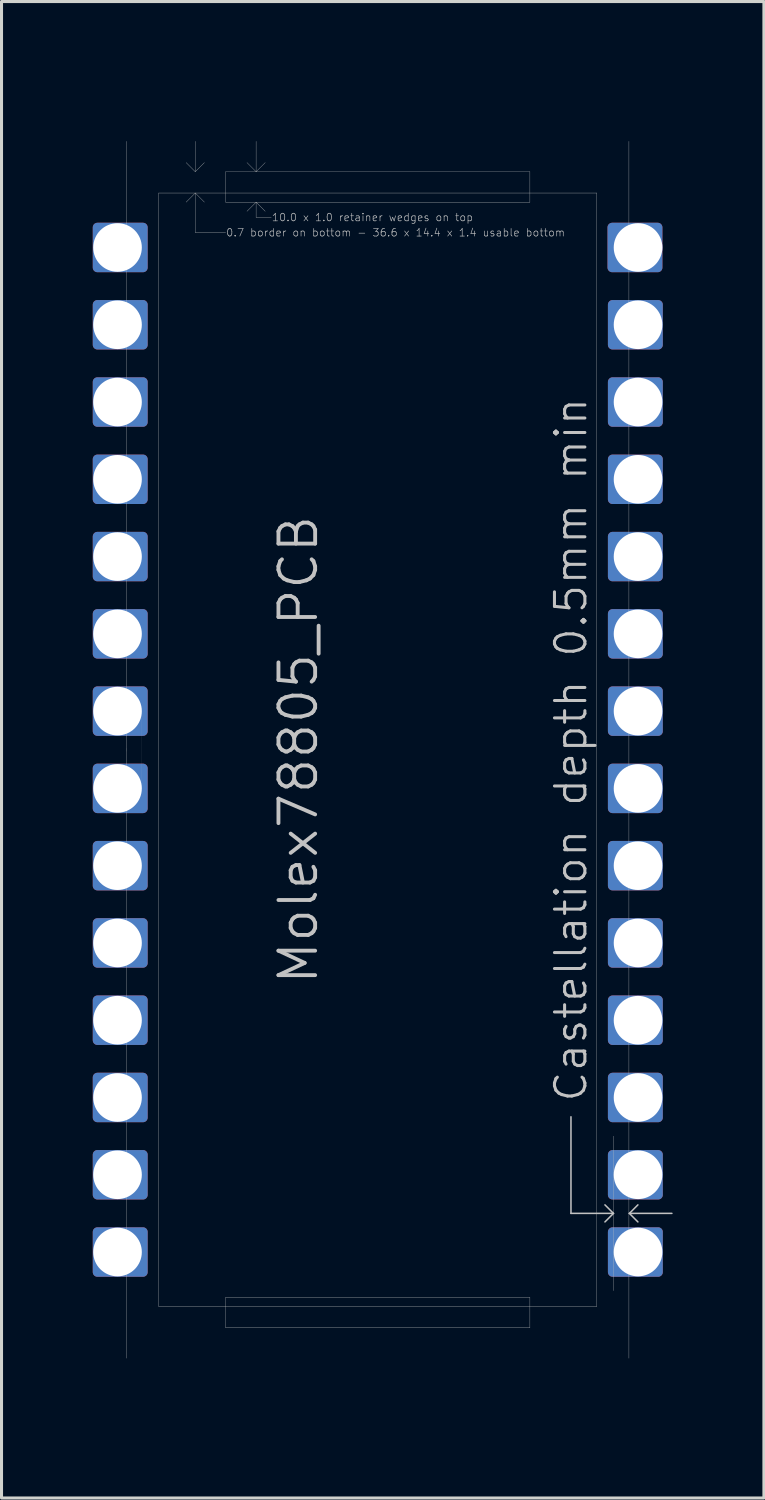
<source format=kicad_pcb>
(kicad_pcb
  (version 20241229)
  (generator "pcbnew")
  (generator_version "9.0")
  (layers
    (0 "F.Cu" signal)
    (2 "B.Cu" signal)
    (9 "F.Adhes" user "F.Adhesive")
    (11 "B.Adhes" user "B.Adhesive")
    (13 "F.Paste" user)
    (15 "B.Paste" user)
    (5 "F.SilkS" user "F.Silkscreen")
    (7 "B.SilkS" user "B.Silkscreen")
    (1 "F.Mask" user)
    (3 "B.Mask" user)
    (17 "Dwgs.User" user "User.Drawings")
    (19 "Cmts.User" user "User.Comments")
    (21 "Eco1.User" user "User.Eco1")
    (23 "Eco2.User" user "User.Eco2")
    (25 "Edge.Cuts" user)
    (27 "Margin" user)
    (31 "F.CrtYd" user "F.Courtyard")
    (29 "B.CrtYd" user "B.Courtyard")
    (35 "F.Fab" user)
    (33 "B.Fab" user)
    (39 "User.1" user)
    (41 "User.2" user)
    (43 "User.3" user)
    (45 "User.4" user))
  (footprint "Molex78805_PCB"
    (layer "F.Cu")
    (at 9.368 21.595)
    (property "Reference" "Molex78805_PCB" (at -1.905 0 270) (layer "Dwgs.User") (effects (font (size 1.206 1.206) (thickness 0.127)) (justify bottom)))
    (attr exclude_from_pos_files exclude_from_bom)
    (fp_poly (pts (xy -7.717 -15.85) (xy -9.216 -15.85) (xy -9.216 -17.17) (xy -7.717 -17.17)) (stroke (width 0.305) (type solid)) (fill yes) (layer "F.Cu"))
    (fp_poly (pts (xy -7.717 -13.31) (xy -9.216 -13.31) (xy -9.216 -14.63) (xy -7.717 -14.63)) (stroke (width 0.305) (type solid)) (fill yes) (layer "F.Cu"))
    (fp_poly (pts (xy -7.717 -10.77) (xy -9.216 -10.77) (xy -9.216 -12.09) (xy -7.717 -12.09)) (stroke (width 0.305) (type solid)) (fill yes) (layer "F.Cu"))
    (fp_poly (pts (xy -7.717 -8.23) (xy -9.216 -8.23) (xy -9.216 -9.55) (xy -7.717 -9.55)) (stroke (width 0.305) (type solid)) (fill yes) (layer "F.Cu"))
    (fp_poly (pts (xy -7.717 -5.69) (xy -9.216 -5.69) (xy -9.216 -7.01) (xy -7.717 -7.01)) (stroke (width 0.305) (type solid)) (fill yes) (layer "F.Cu"))
    (fp_poly (pts (xy -7.717 -3.15) (xy -9.216 -3.15) (xy -9.216 -4.47) (xy -7.717 -4.47)) (stroke (width 0.305) (type solid)) (fill yes) (layer "F.Cu"))
    (fp_poly (pts (xy -7.717 -0.61) (xy -9.216 -0.61) (xy -9.216 -1.93) (xy -7.717 -1.93)) (stroke (width 0.305) (type solid)) (fill yes) (layer "F.Cu"))
    (fp_poly (pts (xy -7.717 1.93) (xy -9.216 1.93) (xy -9.216 0.61) (xy -7.717 0.61)) (stroke (width 0.305) (type solid)) (fill yes) (layer "F.Cu"))
    (fp_poly (pts (xy -7.717 4.47) (xy -9.216 4.47) (xy -9.216 3.15) (xy -7.717 3.15)) (stroke (width 0.305) (type solid)) (fill yes) (layer "F.Cu"))
    (fp_poly (pts (xy -7.717 7.01) (xy -9.216 7.01) (xy -9.216 5.69) (xy -7.717 5.69)) (stroke (width 0.305) (type solid)) (fill yes) (layer "F.Cu"))
    (fp_poly (pts (xy -7.717 9.55) (xy -9.216 9.55) (xy -9.216 8.23) (xy -7.717 8.23)) (stroke (width 0.305) (type solid)) (fill yes) (layer "F.Cu"))
    (fp_poly (pts (xy -7.717 12.09) (xy -9.216 12.09) (xy -9.216 10.77) (xy -7.717 10.77)) (stroke (width 0.305) (type solid)) (fill yes) (layer "F.Cu"))
    (fp_poly (pts (xy -7.717 14.63) (xy -9.216 14.63) (xy -9.216 13.31) (xy -7.717 13.31)) (stroke (width 0.305) (type solid)) (fill yes) (layer "F.Cu"))
    (fp_poly (pts (xy -7.717 17.17) (xy -9.216 17.17) (xy -9.216 15.85) (xy -7.717 15.85)) (stroke (width 0.305) (type solid)) (fill yes) (layer "F.Cu"))
    (fp_poly (pts (xy 9.203 -15.85) (xy 7.704 -15.85) (xy 7.704 -17.17) (xy 9.203 -17.17)) (stroke (width 0.305) (type solid)) (fill yes) (layer "F.Cu"))
    (fp_poly (pts (xy 9.216 -13.31) (xy 7.717 -13.31) (xy 7.717 -14.63) (xy 9.216 -14.63)) (stroke (width 0.305) (type solid)) (fill yes) (layer "F.Cu"))
    (fp_poly (pts (xy 9.216 -10.77) (xy 7.717 -10.77) (xy 7.717 -12.09) (xy 9.216 -12.09)) (stroke (width 0.305) (type solid)) (fill yes) (layer "F.Cu"))
    (fp_poly (pts (xy 9.216 -8.23) (xy 7.717 -8.23) (xy 7.717 -9.55) (xy 9.216 -9.55)) (stroke (width 0.305) (type solid)) (fill yes) (layer "F.Cu"))
    (fp_poly (pts (xy 9.216 -5.69) (xy 7.717 -5.69) (xy 7.717 -7.01) (xy 9.216 -7.01)) (stroke (width 0.305) (type solid)) (fill yes) (layer "F.Cu"))
    (fp_poly (pts (xy 9.216 -3.15) (xy 7.717 -3.15) (xy 7.717 -4.47) (xy 9.216 -4.47)) (stroke (width 0.305) (type solid)) (fill yes) (layer "F.Cu"))
    (fp_poly (pts (xy 9.216 -0.61) (xy 7.717 -0.61) (xy 7.717 -1.93) (xy 9.216 -1.93)) (stroke (width 0.305) (type solid)) (fill yes) (layer "F.Cu"))
    (fp_poly (pts (xy 9.216 1.93) (xy 7.717 1.93) (xy 7.717 0.61) (xy 9.216 0.61)) (stroke (width 0.305) (type solid)) (fill yes) (layer "F.Cu"))
    (fp_poly (pts (xy 9.216 4.47) (xy 7.717 4.47) (xy 7.717 3.15) (xy 9.216 3.15)) (stroke (width 0.305) (type solid)) (fill yes) (layer "F.Cu"))
    (fp_poly (pts (xy 9.216 7.01) (xy 7.717 7.01) (xy 7.717 5.69) (xy 9.216 5.69)) (stroke (width 0.305) (type solid)) (fill yes) (layer "F.Cu"))
    (fp_poly (pts (xy 9.216 9.55) (xy 7.717 9.55) (xy 7.717 8.23) (xy 9.216 8.23)) (stroke (width 0.305) (type solid)) (fill yes) (layer "F.Cu"))
    (fp_poly (pts (xy 9.216 12.09) (xy 7.717 12.09) (xy 7.717 10.77) (xy 9.216 10.77)) (stroke (width 0.305) (type solid)) (fill yes) (layer "F.Cu"))
    (fp_poly (pts (xy 9.216 14.63) (xy 7.717 14.63) (xy 7.717 13.31) (xy 9.216 13.31)) (stroke (width 0.305) (type solid)) (fill yes) (layer "F.Cu"))
    (fp_poly (pts (xy 9.216 17.17) (xy 7.717 17.17) (xy 7.717 15.85) (xy 9.216 15.85)) (stroke (width 0.305) (type solid)) (fill yes) (layer "F.Cu"))
    (fp_poly (pts (xy -7.717 -15.85) (xy -9.216 -15.85) (xy -9.216 -17.17) (xy -7.717 -17.17)) (stroke (width 0.305) (type solid)) (fill yes) (layer "B.Cu"))
    (fp_poly (pts (xy -7.717 -14.63) (xy -9.216 -14.63) (xy -9.216 -13.31) (xy -7.717 -13.31)) (stroke (width 0.305) (type solid)) (fill yes) (layer "B.Cu"))
    (fp_poly (pts (xy -7.717 -12.09) (xy -9.216 -12.09) (xy -9.216 -10.77) (xy -7.717 -10.77)) (stroke (width 0.305) (type solid)) (fill yes) (layer "B.Cu"))
    (fp_poly (pts (xy -7.717 -9.55) (xy -9.216 -9.55) (xy -9.216 -8.23) (xy -7.717 -8.23)) (stroke (width 0.305) (type solid)) (fill yes) (layer "B.Cu"))
    (fp_poly (pts (xy -7.717 -7.01) (xy -9.216 -7.01) (xy -9.216 -5.69) (xy -7.717 -5.69)) (stroke (width 0.305) (type solid)) (fill yes) (layer "B.Cu"))
    (fp_poly (pts (xy -7.717 -4.47) (xy -9.216 -4.47) (xy -9.216 -3.15) (xy -7.717 -3.15)) (stroke (width 0.305) (type solid)) (fill yes) (layer "B.Cu"))
    (fp_poly (pts (xy -7.717 -1.93) (xy -9.216 -1.93) (xy -9.216 -0.61) (xy -7.717 -0.61)) (stroke (width 0.305) (type solid)) (fill yes) (layer "B.Cu"))
    (fp_poly (pts (xy -7.717 0.61) (xy -9.216 0.61) (xy -9.216 1.93) (xy -7.717 1.93)) (stroke (width 0.305) (type solid)) (fill yes) (layer "B.Cu"))
    (fp_poly (pts (xy -7.717 3.15) (xy -9.216 3.15) (xy -9.216 4.47) (xy -7.717 4.47)) (stroke (width 0.305) (type solid)) (fill yes) (layer "B.Cu"))
    (fp_poly (pts (xy -7.717 5.69) (xy -9.216 5.69) (xy -9.216 7.01) (xy -7.717 7.01)) (stroke (width 0.305) (type solid)) (fill yes) (layer "B.Cu"))
    (fp_poly (pts (xy -7.717 8.23) (xy -9.216 8.23) (xy -9.216 9.55) (xy -7.717 9.55)) (stroke (width 0.305) (type solid)) (fill yes) (layer "B.Cu"))
    (fp_poly (pts (xy -7.717 10.77) (xy -9.216 10.77) (xy -9.216 12.09) (xy -7.717 12.09)) (stroke (width 0.305) (type solid)) (fill yes) (layer "B.Cu"))
    (fp_poly (pts (xy -7.717 13.31) (xy -9.216 13.31) (xy -9.216 14.63) (xy -7.717 14.63)) (stroke (width 0.305) (type solid)) (fill yes) (layer "B.Cu"))
    (fp_poly (pts (xy -7.717 15.85) (xy -9.216 15.85) (xy -9.216 17.17) (xy -7.717 17.17)) (stroke (width 0.305) (type solid)) (fill yes) (layer "B.Cu"))
    (fp_poly (pts (xy 9.203 -15.85) (xy 7.704 -15.85) (xy 7.704 -17.17) (xy 9.203 -17.17)) (stroke (width 0.305) (type solid)) (fill yes) (layer "B.Cu"))
    (fp_poly (pts (xy 9.216 -14.63) (xy 7.717 -14.63) (xy 7.717 -13.31) (xy 9.216 -13.31)) (stroke (width 0.305) (type solid)) (fill yes) (layer "B.Cu"))
    (fp_poly (pts (xy 9.216 -12.09) (xy 7.717 -12.09) (xy 7.717 -10.77) (xy 9.216 -10.77)) (stroke (width 0.305) (type solid)) (fill yes) (layer "B.Cu"))
    (fp_poly (pts (xy 9.216 -9.55) (xy 7.717 -9.55) (xy 7.717 -8.23) (xy 9.216 -8.23)) (stroke (width 0.305) (type solid)) (fill yes) (layer "B.Cu"))
    (fp_poly (pts (xy 9.216 -7.01) (xy 7.717 -7.01) (xy 7.717 -5.69) (xy 9.216 -5.69)) (stroke (width 0.305) (type solid)) (fill yes) (layer "B.Cu"))
    (fp_poly (pts (xy 9.216 -4.47) (xy 7.717 -4.47) (xy 7.717 -3.15) (xy 9.216 -3.15)) (stroke (width 0.305) (type solid)) (fill yes) (layer "B.Cu"))
    (fp_poly (pts (xy 9.216 -1.93) (xy 7.717 -1.93) (xy 7.717 -0.61) (xy 9.216 -0.61)) (stroke (width 0.305) (type solid)) (fill yes) (layer "B.Cu"))
    (fp_poly (pts (xy 9.216 0.61) (xy 7.717 0.61) (xy 7.717 1.93) (xy 9.216 1.93)) (stroke (width 0.305) (type solid)) (fill yes) (layer "B.Cu"))
    (fp_poly (pts (xy 9.216 3.15) (xy 7.717 3.15) (xy 7.717 4.47) (xy 9.216 4.47)) (stroke (width 0.305) (type solid)) (fill yes) (layer "B.Cu"))
    (fp_poly (pts (xy 9.216 5.69) (xy 7.717 5.69) (xy 7.717 7.01) (xy 9.216 7.01)) (stroke (width 0.305) (type solid)) (fill yes) (layer "B.Cu"))
    (fp_poly (pts (xy 9.216 8.23) (xy 7.717 8.23) (xy 7.717 9.55) (xy 9.216 9.55)) (stroke (width 0.305) (type solid)) (fill yes) (layer "B.Cu"))
    (fp_poly (pts (xy 9.216 10.77) (xy 7.717 10.77) (xy 7.717 12.09) (xy 9.216 12.09)) (stroke (width 0.305) (type solid)) (fill yes) (layer "B.Cu"))
    (fp_poly (pts (xy 9.216 13.31) (xy 7.717 13.31) (xy 7.717 14.63) (xy 9.216 14.63)) (stroke (width 0.305) (type solid)) (fill yes) (layer "B.Cu"))
    (fp_poly (pts (xy 9.216 15.85) (xy 7.717 15.85) (xy 7.717 17.17) (xy 9.216 17.17)) (stroke (width 0.305) (type solid)) (fill yes) (layer "B.Cu"))
    (fp_line (start -8.255 -20) (end -8.255 20) (stroke (width 0.01) (type solid)) (layer "Dwgs.User"))
    (fp_line (start -8.255 0.051) (end -8.255 -0.051) (stroke (width 0.002) (type solid)) (layer "Dwgs.User"))
    (fp_line (start -7.757 -1.27) (end -7.757 1.27) (stroke (width 0.002) (type solid)) (layer "Dwgs.User"))
    (fp_line (start -7.506 16.485) (end -7.506 16.535) (stroke (width 0.001) (type solid)) (layer "Dwgs.User"))
    (fp_line (start -7.2 -18.3) (end -7.2 18.3) (stroke (width 0.01) (type solid)) (layer "Dwgs.User"))
    (fp_line (start -7.2 -18.3) (end 7.2 -18.3) (stroke (width 0.01) (type solid)) (layer "Dwgs.User"))
    (fp_line (start -7.2 18.3) (end 7.2 18.3) (stroke (width 0.01) (type solid)) (layer "Dwgs.User"))
    (fp_line (start -6 -19) (end -6.3 -19.3) (stroke (width 0.01) (type solid)) (layer "Dwgs.User"))
    (fp_line (start -6 -19) (end -6 -20) (stroke (width 0.01) (type solid)) (layer "Dwgs.User"))
    (fp_line (start -6 -19) (end -5.7 -19.3) (stroke (width 0.01) (type solid)) (layer "Dwgs.User"))
    (fp_line (start -6 -18.3) (end -6.3 -18) (stroke (width 0.01) (type solid)) (layer "Dwgs.User"))
    (fp_line (start -6 -18.3) (end -6 -17) (stroke (width 0.01) (type solid)) (layer "Dwgs.User"))
    (fp_line (start -6 -18.3) (end -5.7 -18) (stroke (width 0.01) (type solid)) (layer "Dwgs.User"))
    (fp_line (start -6 -17) (end -5 -17) (stroke (width 0.01) (type solid)) (layer "Dwgs.User"))
    (fp_line (start -5 -19) (end -5 -18) (stroke (width 0.01) (type solid)) (layer "Dwgs.User"))
    (fp_line (start -5 -18) (end 5 -18) (stroke (width 0.01) (type solid)) (layer "Dwgs.User"))
    (fp_line (start -5 18) (end -5 19) (stroke (width 0.01) (type solid)) (layer "Dwgs.User"))
    (fp_line (start -5 18) (end 5 18) (stroke (width 0.01) (type solid)) (layer "Dwgs.User"))
    (fp_line (start -5 19) (end 5 19) (stroke (width 0.01) (type solid)) (layer "Dwgs.User"))
    (fp_line (start -4 -19) (end -4.3 -19.3) (stroke (width 0.01) (type solid)) (layer "Dwgs.User"))
    (fp_line (start -4 -19) (end -4 -20) (stroke (width 0.01) (type solid)) (layer "Dwgs.User"))
    (fp_line (start -4 -19) (end -3.7 -19.3) (stroke (width 0.01) (type solid)) (layer "Dwgs.User"))
    (fp_line (start -4 -18) (end -4.3 -17.7) (stroke (width 0.01) (type solid)) (layer "Dwgs.User"))
    (fp_line (start -4 -18) (end -4 -17.5) (stroke (width 0.01) (type solid)) (layer "Dwgs.User"))
    (fp_line (start -4 -18) (end -3.7 -17.7) (stroke (width 0.01) (type solid)) (layer "Dwgs.User"))
    (fp_line (start -4 -17.5) (end -3.5 -17.5) (stroke (width 0.01) (type solid)) (layer "Dwgs.User"))
    (fp_line (start 5 -19) (end -5 -19) (stroke (width 0.01) (type solid)) (layer "Dwgs.User"))
    (fp_line (start 5 -18) (end 5 -19) (stroke (width 0.01) (type solid)) (layer "Dwgs.User"))
    (fp_line (start 5 19) (end 5 18) (stroke (width 0.01) (type solid)) (layer "Dwgs.User"))
    (fp_line (start 6.35 12.065) (end 6.35 15.24) (stroke (width 0.05) (type solid)) (layer "Dwgs.User"))
    (fp_line (start 6.35 15.24) (end 7.747 15.24) (stroke (width 0.05) (type solid)) (layer "Dwgs.User"))
    (fp_line (start 7.2 -18.3) (end 7.2 18.3) (stroke (width 0.01) (type solid)) (layer "Dwgs.User"))
    (fp_line (start 7.467 14.96) (end 7.747 15.24) (stroke (width 0.05) (type solid)) (layer "Dwgs.User"))
    (fp_line (start 7.747 15.24) (end 7.467 15.52) (stroke (width 0.05) (type solid)) (layer "Dwgs.User"))
    (fp_line (start 7.757 17.78) (end 7.757 12.7) (stroke (width 0.01) (type solid)) (layer "Dwgs.User"))
    (fp_line (start 8.255 -20) (end 8.255 20) (stroke (width 0.01) (type solid)) (layer "Dwgs.User"))
    (fp_line (start 8.27 15.24) (end 8.55 15.52) (stroke (width 0.05) (type solid)) (layer "Dwgs.User"))
    (fp_line (start 8.27 15.24) (end 9.667 15.24) (stroke (width 0.05) (type solid)) (layer "Dwgs.User"))
    (fp_line (start 8.55 14.96) (end 8.27 15.24) (stroke (width 0.05) (type solid)) (layer "Dwgs.User"))
    (fp_line (start -8.26 -19.05) (end -0.762 -19.05) (stroke (width 0.01) (type solid)) (layer "Eco1.User"))
    (fp_line (start -8.26 19.05) (end -8.26 -19.05) (stroke (width 0.01) (type solid)) (layer "Eco1.User"))
    (fp_line (start -8.26 19.05) (end -4.559 19.05) (stroke (width 0.01) (type solid)) (layer "Eco1.User"))
    (fp_line (start -4.559 19.05) (end -4.559 21.59) (stroke (width 0.01) (type solid)) (layer "Eco1.User"))
    (fp_line (start -4.559 21.59) (end -3.035 21.59) (stroke (width 0.01) (type solid)) (layer "Eco1.User"))
    (fp_line (start -3.035 21.59) (end -3.035 19.05) (stroke (width 0.01) (type solid)) (layer "Eco1.User"))
    (fp_line (start -0.762 -21.59) (end 0.762 -21.59) (stroke (width 0.01) (type solid)) (layer "Eco1.User"))
    (fp_line (start -0.762 -19.05) (end -0.762 -21.59) (stroke (width 0.01) (type solid)) (layer "Eco1.User"))
    (fp_line (start 0.762 -21.59) (end 0.762 -19.05) (stroke (width 0.01) (type solid)) (layer "Eco1.User"))
    (fp_line (start 0.762 -19.05) (end 8.26 -19.05) (stroke (width 0.01) (type solid)) (layer "Eco1.User"))
    (fp_line (start 3.035 19.05) (end -3.035 19.05) (stroke (width 0.01) (type solid)) (layer "Eco1.User"))
    (fp_line (start 3.035 21.59) (end 3.035 19.05) (stroke (width 0.01) (type solid)) (layer "Eco1.User"))
    (fp_line (start 4.559 19.05) (end 4.559 21.59) (stroke (width 0.01) (type solid)) (layer "Eco1.User"))
    (fp_line (start 4.559 19.05) (end 8.26 19.05) (stroke (width 0.01) (type solid)) (layer "Eco1.User"))
    (fp_line (start 4.559 21.59) (end 3.035 21.59) (stroke (width 0.01) (type solid)) (layer "Eco1.User"))
    (fp_line (start 8.26 19.05) (end 8.26 -19.05) (stroke (width 0.01) (type solid)) (layer "Eco1.User"))
    (fp_line (start -8.26 17.49) (end -8.26 -16.94) (stroke (width 0.01) (type solid)) (layer "Eco2.User"))
    (fp_line (start -8 17.75) (end -8.26 17.49) (stroke (width 0.01) (type solid)) (layer "Eco2.User"))
    (fp_line (start -8 19) (end -8 17.75) (stroke (width 0.01) (type solid)) (layer "Eco2.User"))
    (fp_line (start -8 19) (end 8 19) (stroke (width 0.01) (type solid)) (layer "Eco2.User"))
    (fp_line (start -6.2 -19) (end -8.26 -16.94) (stroke (width 0.01) (type solid)) (layer "Eco2.User"))
    (fp_line (start 8 -19) (end -6.2 -19) (stroke (width 0.01) (type solid)) (layer "Eco2.User"))
    (fp_line (start 8 -17.75) (end 8 -19) (stroke (width 0.01) (type solid)) (layer "Eco2.User"))
    (fp_line (start 8 17.75) (end 8.26 17.49) (stroke (width 0.01) (type solid)) (layer "Eco2.User"))
    (fp_line (start 8 19) (end 8 17.75) (stroke (width 0.01) (type solid)) (layer "Eco2.User"))
    (fp_line (start 8.26 -17.49) (end 8 -17.75) (stroke (width 0.01) (type solid)) (layer "Eco2.User"))
    (fp_line (start 8.26 17.49) (end 8.26 -17.49) (stroke (width 0.01) (type solid)) (layer "Eco2.User"))
    (fp_text user "Castellation depth 0.5mm min" (at 6.35 0 270) (layer "Dwgs.User") (effects (font (size 1 1) (thickness 0.1))))
    (fp_text user "0.7 border on bottom - 36.6 x 14.4 x 1.4 usable bottom" (at -5 -17 0) (layer "Dwgs.User") (effects (font (size 0.25 0.25) (thickness 0.02)) (justify left)))
    (fp_text user "10.0 x 1.0 retainer wedges on top" (at -3.5 -17.5 0) (layer "Dwgs.User") (effects (font (size 0.25 0.25) (thickness 0.02)) (justify left)))
    (fp_text user "Eco1.User is Edge.Cuts for use without carrier." (at -4.445 0 270) (layer "Eco1.User") (effects (font (size 0.8 0.8) (thickness 0.05))))
    (fp_text user "Board outline: 0.01mm grid, copy Eco2.User" (at -6 0 270) (layer "Eco2.User") (effects (font (size 1 1) (thickness 0.1))))
    (pad "1" thru_hole circle (at -8.555 -16.51) (size 1.6 1.6) (drill 1.598) (layers "*.Cu" "*.Mask"))
    (pad "2" thru_hole circle (at -8.555 -13.97) (size 1.6 1.6) (drill 1.598) (layers "*.Cu" "*.Mask"))
    (pad "3" thru_hole circle (at -8.555 -11.43) (size 1.6 1.6) (drill 1.598) (layers "*.Cu" "*.Mask"))
    (pad "4" thru_hole circle (at -8.555 -8.89) (size 1.6 1.6) (drill 1.598) (layers "*.Cu" "*.Mask"))
    (pad "5" thru_hole circle (at -8.555 -6.35) (size 1.6 1.6) (drill 1.598) (layers "*.Cu" "*.Mask"))
    (pad "6" thru_hole circle (at -8.555 -3.81) (size 1.6 1.6) (drill 1.598) (layers "*.Cu" "*.Mask"))
    (pad "7" thru_hole circle (at -8.555 -1.27) (size 1.6 1.6) (drill 1.598) (layers "*.Cu" "*.Mask"))
    (pad "8" thru_hole circle (at -8.555 1.27) (size 1.6 1.6) (drill 1.598) (layers "*.Cu" "*.Mask"))
    (pad "9" thru_hole circle (at -8.555 3.81) (size 1.6 1.6) (drill 1.598) (layers "*.Cu" "*.Mask"))
    (pad "10" thru_hole circle (at -8.555 6.35) (size 1.6 1.6) (drill 1.598) (layers "*.Cu" "*.Mask"))
    (pad "11" thru_hole circle (at -8.555 8.89) (size 1.6 1.6) (drill 1.598) (layers "*.Cu" "*.Mask"))
    (pad "12" thru_hole circle (at -8.555 11.43) (size 1.6 1.6) (drill 1.598) (layers "*.Cu" "*.Mask"))
    (pad "13" thru_hole circle (at -8.555 13.97) (size 1.6 1.6) (drill 1.598) (layers "*.Cu" "*.Mask"))
    (pad "14" thru_hole circle (at -8.555 16.51) (size 1.6 1.6) (drill 1.598) (layers "*.Cu" "*.Mask"))
    (pad "15" thru_hole circle (at 8.555 16.51 180) (size 1.6 1.6) (drill 1.598) (layers "*.Cu" "*.Mask"))
    (pad "16" thru_hole circle (at 8.555 13.97 180) (size 1.6 1.6) (drill 1.598) (layers "*.Cu" "*.Mask"))
    (pad "17" thru_hole circle (at 8.555 11.43 180) (size 1.6 1.6) (drill 1.598) (layers "*.Cu" "*.Mask"))
    (pad "18" thru_hole circle (at 8.555 8.89 180) (size 1.6 1.6) (drill 1.598) (layers "*.Cu" "*.Mask"))
    (pad "19" thru_hole circle (at 8.555 6.35 180) (size 1.6 1.6) (drill 1.598) (layers "*.Cu" "*.Mask"))
    (pad "20" thru_hole circle (at 8.555 3.81 180) (size 1.6 1.6) (drill 1.598) (layers "*.Cu" "*.Mask"))
    (pad "21" thru_hole circle (at 8.555 1.27 180) (size 1.6 1.6) (drill 1.598) (layers "*.Cu" "*.Mask"))
    (pad "22" thru_hole circle (at 8.555 -1.27 180) (size 1.6 1.6) (drill 1.598) (layers "*.Cu" "*.Mask"))
    (pad "23" thru_hole circle (at 8.555 -3.81 180) (size 1.6 1.6) (drill 1.598) (layers "*.Cu" "*.Mask"))
    (pad "24" thru_hole circle (at 8.555 -6.35 180) (size 1.6 1.6) (drill 1.598) (layers "*.Cu" "*.Mask"))
    (pad "25" thru_hole circle (at 8.555 -8.89 180) (size 1.6 1.6) (drill 1.598) (layers "*.Cu" "*.Mask"))
    (pad "26" thru_hole circle (at 8.555 -11.43 180) (size 1.6 1.6) (drill 1.598) (layers "*.Cu" "*.Mask"))
    (pad "27" thru_hole circle (at 8.555 -13.97 180) (size 1.6 1.6) (drill 1.598) (layers "*.Cu" "*.Mask"))
    (pad "28" thru_hole circle (at 8.555 -16.51 180) (size 1.6 1.6) (drill 1.598) (layers "*.Cu" "*.Mask")))
  (gr_rect
    (start -3 -3)
    (end 22.06 46.19)
    (stroke (width 0.1) (type default))
    (fill no)
    (layer "Edge.Cuts")))
</source>
